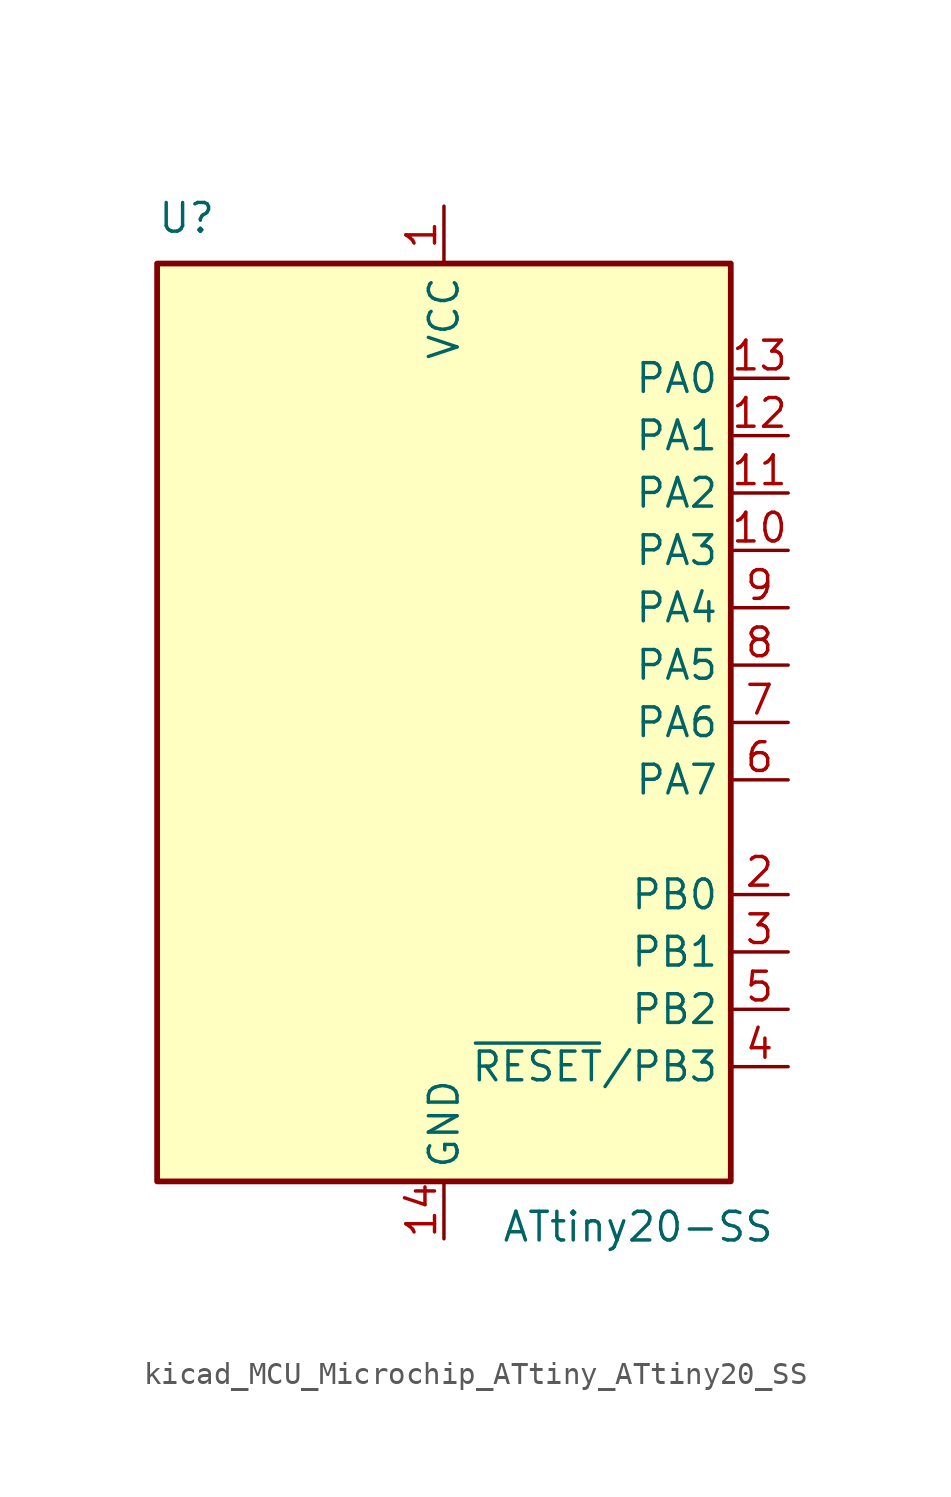
<source format=kicad_sym>
(kicad_symbol_lib
  (version 20220914)
  (generator kicad_symbol_editor)
  (symbol "kicad_MCU_Microchip_ATtiny_ATtiny20_SS"
    (property "Reference" "U"
      (at -12.7 21.59 0)
      (effects (font (size 1.27 1.27)) (justify left bottom)))
    (property "Value" "ATtiny20-SS"
      (at 2.54 -21.59 0)
      (effects (font (size 1.27 1.27)) (justify left top)))
    (symbol "kicad_MCU_Microchip_ATtiny_ATtiny20_SS_0_1"
      (rectangle (start -12.7 -20.32) (end 12.7 20.32) (stroke (width 0.254) (type default)) (fill (type background))))
    (symbol "kicad_MCU_Microchip_ATtiny_ATtiny20_SS_1_1"
      (pin power_in line (at 0 22.86 270) (length 2.54) (name "VCC" (effects (font (size 1.27 1.27)))) (number "1" (effects (font (size 1.27 1.27)))))
      (pin bidirectional line (at 15.24 7.62 180) (length 2.54) (name "PA3" (effects (font (size 1.27 1.27)))) (number "10" (effects (font (size 1.27 1.27)))))
      (pin bidirectional line (at 15.24 10.16 180) (length 2.54) (name "PA2" (effects (font (size 1.27 1.27)))) (number "11" (effects (font (size 1.27 1.27)))))
      (pin bidirectional line (at 15.24 12.7 180) (length 2.54) (name "PA1" (effects (font (size 1.27 1.27)))) (number "12" (effects (font (size 1.27 1.27)))))
      (pin bidirectional line (at 15.24 15.24 180) (length 2.54) (name "PA0" (effects (font (size 1.27 1.27)))) (number "13" (effects (font (size 1.27 1.27)))))
      (pin power_in line (at 0 -22.86 90) (length 2.54) (name "GND" (effects (font (size 1.27 1.27)))) (number "14" (effects (font (size 1.27 1.27)))))
      (pin bidirectional line (at 15.24 -7.62 180) (length 2.54) (name "PB0" (effects (font (size 1.27 1.27)))) (number "2" (effects (font (size 1.27 1.27)))))
      (pin bidirectional line (at 15.24 -10.16 180) (length 2.54) (name "PB1" (effects (font (size 1.27 1.27)))) (number "3" (effects (font (size 1.27 1.27)))))
      (pin bidirectional line (at 15.24 -15.24 180) (length 2.54) (name "~{RESET}/PB3" (effects (font (size 1.27 1.27)))) (number "4" (effects (font (size 1.27 1.27)))))
      (pin bidirectional line (at 15.24 -12.7 180) (length 2.54) (name "PB2" (effects (font (size 1.27 1.27)))) (number "5" (effects (font (size 1.27 1.27)))))
      (pin bidirectional line (at 15.24 -2.54 180) (length 2.54) (name "PA7" (effects (font (size 1.27 1.27)))) (number "6" (effects (font (size 1.27 1.27)))))
      (pin bidirectional line (at 15.24 0 180) (length 2.54) (name "PA6" (effects (font (size 1.27 1.27)))) (number "7" (effects (font (size 1.27 1.27)))))
      (pin bidirectional line (at 15.24 2.54 180) (length 2.54) (name "PA5" (effects (font (size 1.27 1.27)))) (number "8" (effects (font (size 1.27 1.27)))))
      (pin bidirectional line (at 15.24 5.08 180) (length 2.54) (name "PA4" (effects (font (size 1.27 1.27)))) (number "9" (effects (font (size 1.27 1.27))))))))
</source>
